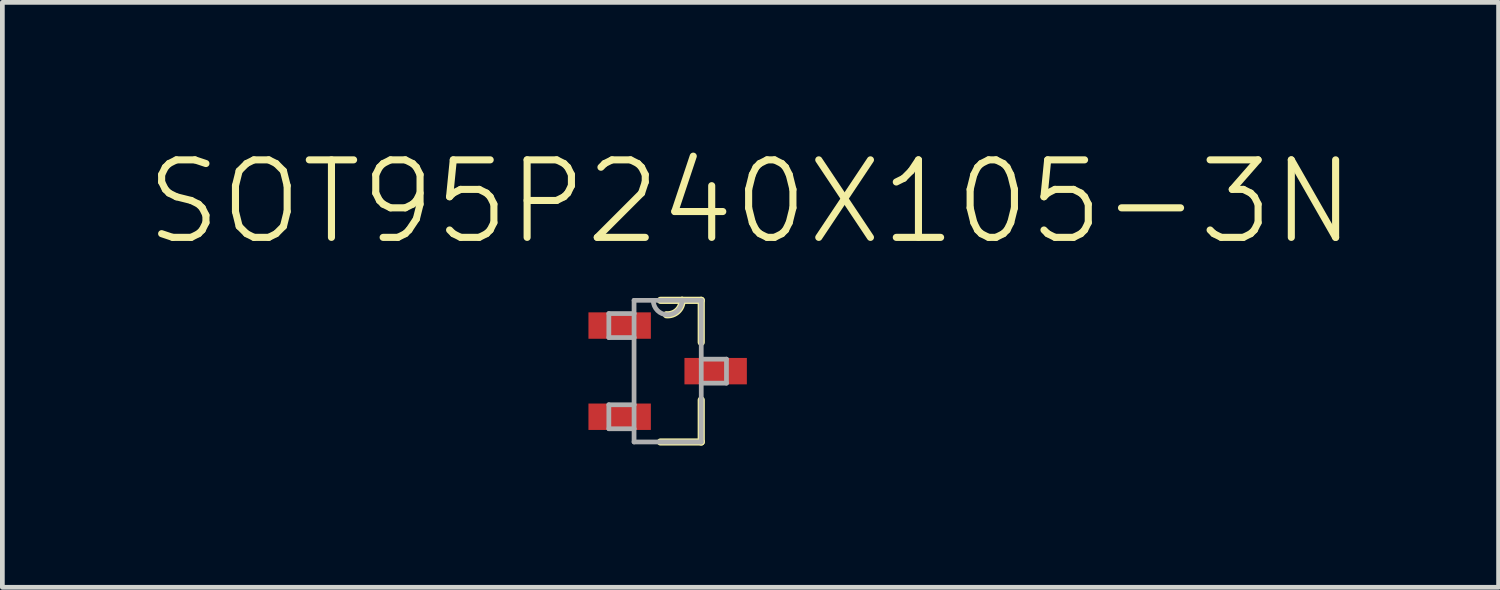
<source format=kicad_pcb>
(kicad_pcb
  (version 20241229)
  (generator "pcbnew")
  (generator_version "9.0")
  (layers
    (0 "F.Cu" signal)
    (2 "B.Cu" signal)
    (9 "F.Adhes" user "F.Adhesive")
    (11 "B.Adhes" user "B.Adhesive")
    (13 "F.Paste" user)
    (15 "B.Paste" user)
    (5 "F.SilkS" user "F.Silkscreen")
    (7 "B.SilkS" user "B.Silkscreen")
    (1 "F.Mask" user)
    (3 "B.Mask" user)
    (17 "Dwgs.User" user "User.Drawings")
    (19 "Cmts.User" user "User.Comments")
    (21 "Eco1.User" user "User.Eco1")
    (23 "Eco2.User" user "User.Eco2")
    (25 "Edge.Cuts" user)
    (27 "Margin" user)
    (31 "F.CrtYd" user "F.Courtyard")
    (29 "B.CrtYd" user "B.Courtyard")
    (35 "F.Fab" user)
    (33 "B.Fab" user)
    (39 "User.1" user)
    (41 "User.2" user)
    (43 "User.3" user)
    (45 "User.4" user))
  (footprint "SOT95P240X105-3N"
    (layer "F.Cu")
    (at 11.082 4.806)
    (property "Reference" "SOT95P240X105-3N" (at 1.753 -3.583 0) (layer "F.SilkS") (effects (font (size 1.641 1.641) (thickness 0.15))))
    (attr through_hole)
    (fp_line (start -0.152 1.499) (end 0.711 1.499) (stroke (width 0.152) (type solid)) (layer "F.SilkS"))
    (fp_line (start 0.305 -1.499) (end -0.152 -1.499) (stroke (width 0.152) (type solid)) (layer "F.SilkS"))
    (fp_line (start 0.711 -1.499) (end 0.305 -1.499) (stroke (width 0.152) (type solid)) (layer "F.SilkS"))
    (fp_line (start 0.711 -0.61) (end 0.711 -1.499) (stroke (width 0.152) (type solid)) (layer "F.SilkS"))
    (fp_line (start 0.711 1.499) (end 0.711 0.61) (stroke (width 0.152) (type solid)) (layer "F.SilkS"))
    (fp_arc (start 0.3048 -1.4986) (mid 0.206758 -1.273554) (end -0.0254 -1.1938) (stroke (width 0.1524) (type solid)) (layer "F.SilkS"))
    (fp_line (start -1.245 -1.219) (end -1.245 -0.711) (stroke (width 0.1) (type solid)) (layer "F.Fab"))
    (fp_line (start -1.245 -0.711) (end -0.711 -0.711) (stroke (width 0.1) (type solid)) (layer "F.Fab"))
    (fp_line (start -1.245 0.711) (end -1.245 1.219) (stroke (width 0.1) (type solid)) (layer "F.Fab"))
    (fp_line (start -1.245 1.219) (end -0.711 1.219) (stroke (width 0.1) (type solid)) (layer "F.Fab"))
    (fp_line (start -0.711 -1.499) (end -0.711 -1.219) (stroke (width 0.1) (type solid)) (layer "F.Fab"))
    (fp_line (start -0.711 -1.219) (end -1.245 -1.219) (stroke (width 0.1) (type solid)) (layer "F.Fab"))
    (fp_line (start -0.711 -1.219) (end -0.711 -0.711) (stroke (width 0.1) (type solid)) (layer "F.Fab"))
    (fp_line (start -0.711 -0.711) (end -0.711 0.711) (stroke (width 0.1) (type solid)) (layer "F.Fab"))
    (fp_line (start -0.711 0.711) (end -1.245 0.711) (stroke (width 0.1) (type solid)) (layer "F.Fab"))
    (fp_line (start -0.711 1.219) (end -0.711 0.711) (stroke (width 0.1) (type solid)) (layer "F.Fab"))
    (fp_line (start -0.711 1.499) (end -0.711 1.219) (stroke (width 0.1) (type solid)) (layer "F.Fab"))
    (fp_line (start -0.711 1.499) (end 0.711 1.499) (stroke (width 0.1) (type solid)) (layer "F.Fab"))
    (fp_line (start -0.305 -1.499) (end -0.711 -1.499) (stroke (width 0.1) (type solid)) (layer "F.Fab"))
    (fp_line (start 0.305 -1.499) (end -0.305 -1.499) (stroke (width 0.1) (type solid)) (layer "F.Fab"))
    (fp_line (start 0.711 -1.499) (end 0.305 -1.499) (stroke (width 0.1) (type solid)) (layer "F.Fab"))
    (fp_line (start 0.711 -0.254) (end 0.711 -1.499) (stroke (width 0.1) (type solid)) (layer "F.Fab"))
    (fp_line (start 0.711 0.254) (end 0.711 -0.254) (stroke (width 0.1) (type solid)) (layer "F.Fab"))
    (fp_line (start 0.711 0.254) (end 1.245 0.254) (stroke (width 0.1) (type solid)) (layer "F.Fab"))
    (fp_line (start 0.711 1.499) (end 0.711 0.254) (stroke (width 0.1) (type solid)) (layer "F.Fab"))
    (fp_line (start 1.245 -0.254) (end 0.711 -0.254) (stroke (width 0.1) (type solid)) (layer "F.Fab"))
    (fp_line (start 1.245 0.254) (end 1.245 -0.254) (stroke (width 0.1) (type solid)) (layer "F.Fab"))
    (fp_arc (start 0.3048 -1.4986) (mid 0 -1.1938) (end -0.3048 -1.4986) (stroke (width 0.1) (type solid)) (layer "F.Fab"))
    (pad "1" smd rect (at -1.016 -0.965) (size 1.321 0.559) (layers "F.Cu" "F.Mask" "F.Paste"))
    (pad "2" smd rect (at -1.016 0.965) (size 1.321 0.559) (layers "F.Cu" "F.Mask" "F.Paste"))
    (pad "3" smd rect (at 1.016 0) (size 1.321 0.559) (layers "F.Cu" "F.Mask" "F.Paste")))
  (gr_rect
    (start -3 -3)
    (end 28.67 9.381)
    (stroke (width 0.1) (type default))
    (fill no)
    (layer "Edge.Cuts")))
</source>
